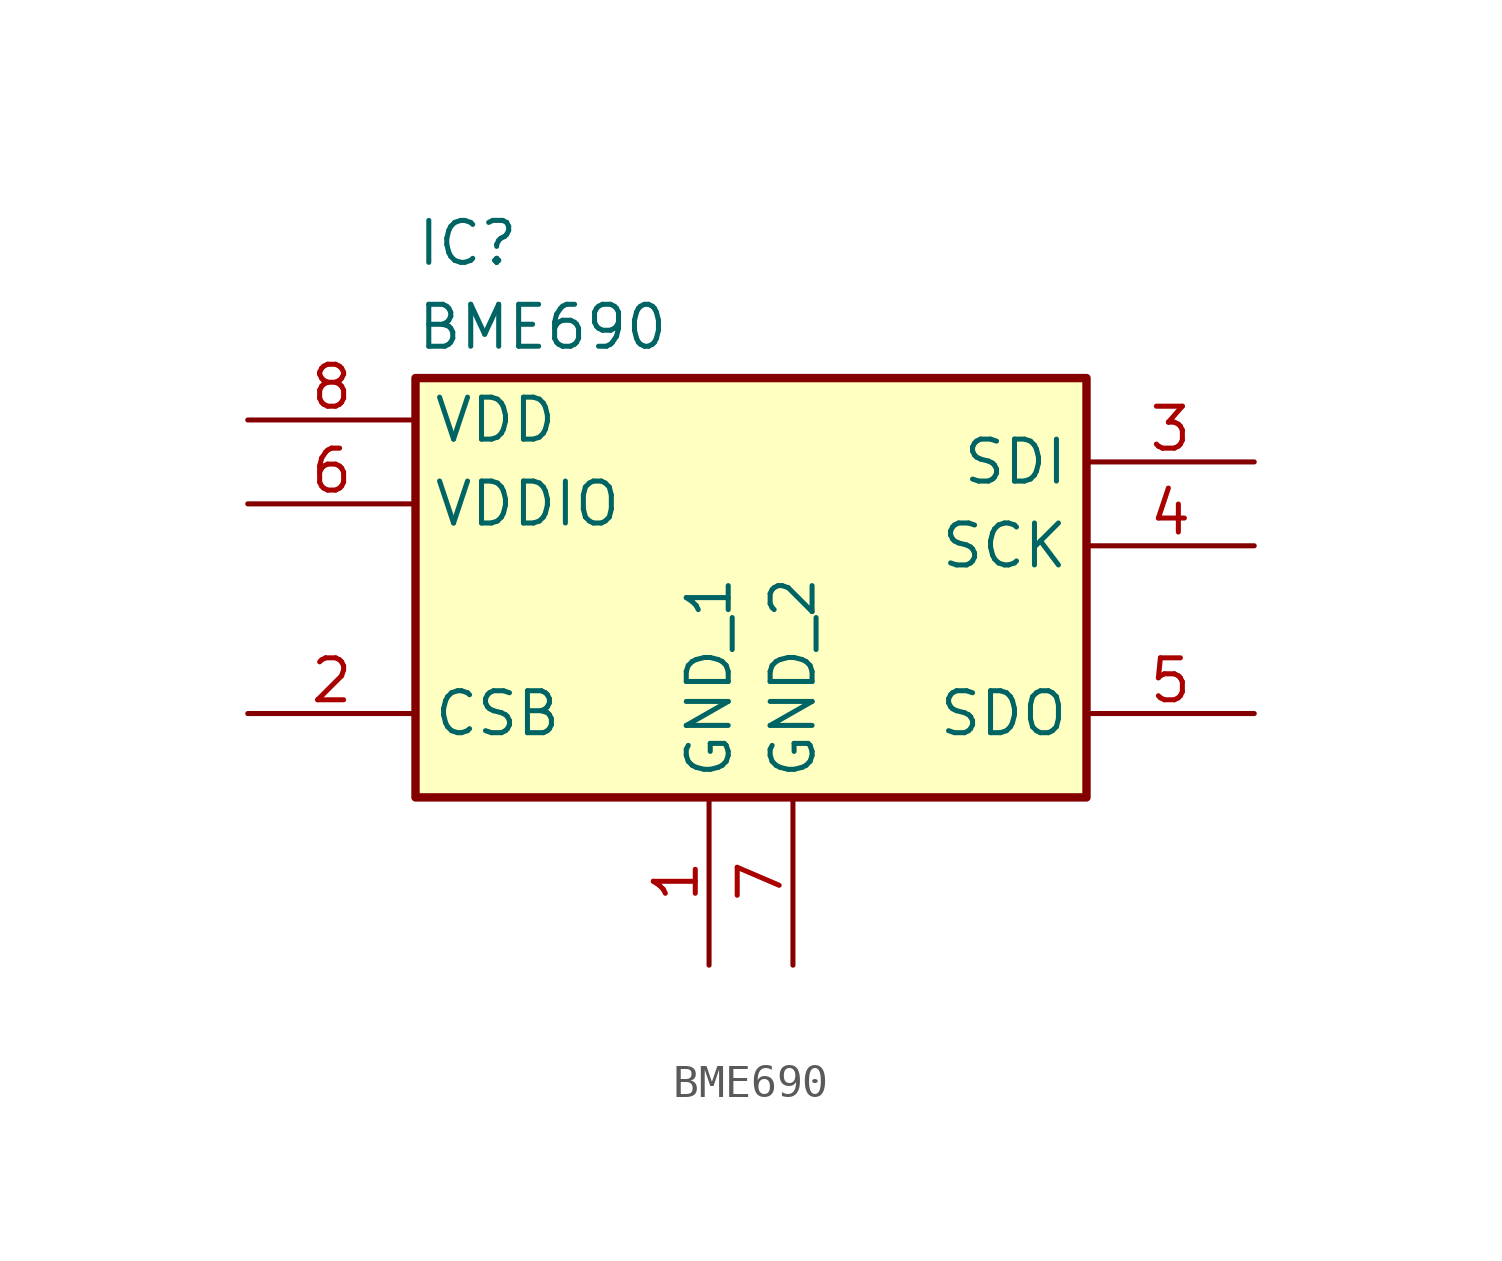
<source format=kicad_sym>
(kicad_symbol_lib
  (version 20241209)
  (generator "kicad_symbol_editor")
  (generator_version "9.0")
  (symbol "BME690"
    (property "Reference" "IC"
      (at 5.08 7.366 0)
      (effects (font (size 1.27 1.27)) (justify left top)))
    (property "Value" "BME690"
      (at 5.08 4.826 0)
      (effects (font (size 1.27 1.27)) (justify left top)))
    (symbol "BME690_1_1"
      (rectangle (start 5.08 2.54) (end 25.4 -10.16) (stroke (width 0.254) (type solid)) (fill (type background)))
      (pin power_in line (at 0 1.27 0) (length 5.08) (name "VDD" (effects (font (size 1.27 1.27)))) (number "8" (effects (font (size 1.27 1.27)))))
      (pin power_in line (at 0 -1.27 0) (length 5.08) (name "VDDIO" (effects (font (size 1.27 1.27)))) (number "6" (effects (font (size 1.27 1.27)))))
      (pin input line (at 0 -7.62 0) (length 5.08) (name "CSB" (effects (font (size 1.27 1.27)))) (number "2" (effects (font (size 1.27 1.27)))))
      (pin power_in line (at 13.97 -15.24 90) (length 5.08) (name "GND_1" (effects (font (size 1.27 1.27)))) (number "1" (effects (font (size 1.27 1.27)))))
      (pin power_in line (at 16.51 -15.24 90) (length 5.08) (name "GND_2" (effects (font (size 1.27 1.27)))) (number "7" (effects (font (size 1.27 1.27)))))
      (pin bidirectional line (at 30.48 0 180) (length 5.08) (name "SDI" (effects (font (size 1.27 1.27)))) (number "3" (effects (font (size 1.27 1.27)))))
      (pin input line (at 30.48 -2.54 180) (length 5.08) (name "SCK" (effects (font (size 1.27 1.27)))) (number "4" (effects (font (size 1.27 1.27)))))
      (pin bidirectional line (at 30.48 -7.62 180) (length 5.08) (name "SDO" (effects (font (size 1.27 1.27)))) (number "5" (effects (font (size 1.27 1.27))))))))
</source>
